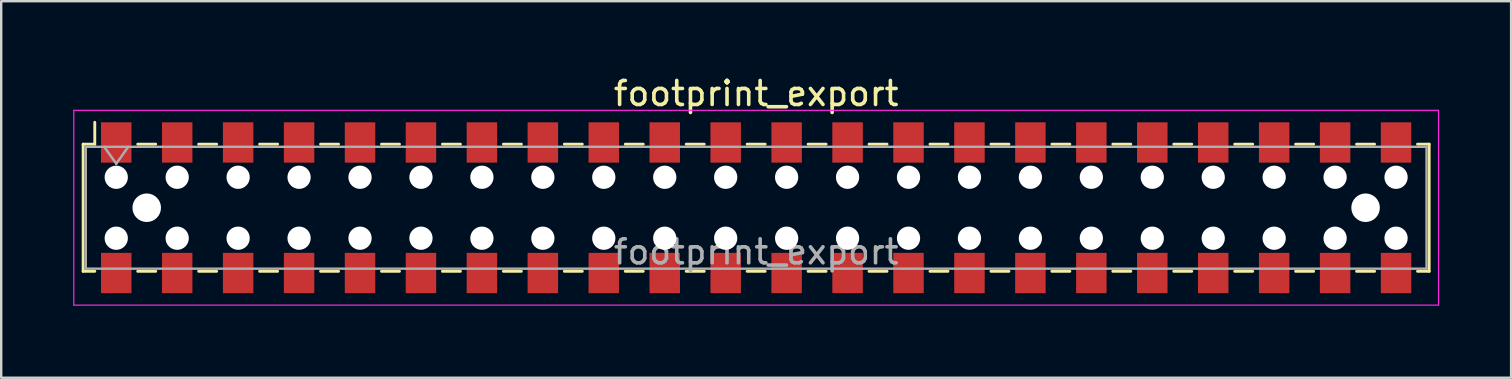
<source format=kicad_pcb>
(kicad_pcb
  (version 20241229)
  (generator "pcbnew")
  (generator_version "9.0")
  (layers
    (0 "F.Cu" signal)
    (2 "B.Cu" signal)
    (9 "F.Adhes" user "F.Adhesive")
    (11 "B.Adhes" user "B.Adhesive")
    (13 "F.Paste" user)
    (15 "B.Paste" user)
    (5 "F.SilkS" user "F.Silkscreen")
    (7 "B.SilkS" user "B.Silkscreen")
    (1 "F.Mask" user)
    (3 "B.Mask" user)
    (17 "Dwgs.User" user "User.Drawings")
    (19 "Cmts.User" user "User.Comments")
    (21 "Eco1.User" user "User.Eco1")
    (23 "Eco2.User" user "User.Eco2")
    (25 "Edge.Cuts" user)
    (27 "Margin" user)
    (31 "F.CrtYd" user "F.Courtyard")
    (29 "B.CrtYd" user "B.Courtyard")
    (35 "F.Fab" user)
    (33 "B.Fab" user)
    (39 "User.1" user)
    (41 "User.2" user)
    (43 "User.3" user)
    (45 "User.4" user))
  (footprint "footprint_export"
    (layer "F.Cu")
    (at 28.465 5.608)
    (property "Reference" "footprint_export" (at 0 -4.76 0) (layer "F.SilkS") (effects (font (size 1 1) (thickness 0.15))))
    (attr smd)
    (fp_line (start -28.05 -2.65) (end -28.05 2.65) (stroke (width 0.12) (type solid)) (layer "F.SilkS"))
    (fp_line (start -28.05 2.65) (end -27.565 2.65) (stroke (width 0.12) (type solid)) (layer "F.SilkS"))
    (fp_line (start -27.565 -3.56) (end -27.565 -2.65) (stroke (width 0.12) (type solid)) (layer "F.SilkS"))
    (fp_line (start -27.565 -2.65) (end -28.05 -2.65) (stroke (width 0.12) (type solid)) (layer "F.SilkS"))
    (fp_line (start -25.775 -2.65) (end -25.025 -2.65) (stroke (width 0.12) (type solid)) (layer "F.SilkS"))
    (fp_line (start -25.775 2.65) (end -25.025 2.65) (stroke (width 0.12) (type solid)) (layer "F.SilkS"))
    (fp_line (start -23.235 -2.65) (end -22.485 -2.65) (stroke (width 0.12) (type solid)) (layer "F.SilkS"))
    (fp_line (start -23.235 2.65) (end -22.485 2.65) (stroke (width 0.12) (type solid)) (layer "F.SilkS"))
    (fp_line (start -20.695 -2.65) (end -19.945 -2.65) (stroke (width 0.12) (type solid)) (layer "F.SilkS"))
    (fp_line (start -20.695 2.65) (end -19.945 2.65) (stroke (width 0.12) (type solid)) (layer "F.SilkS"))
    (fp_line (start -18.155 -2.65) (end -17.405 -2.65) (stroke (width 0.12) (type solid)) (layer "F.SilkS"))
    (fp_line (start -18.155 2.65) (end -17.405 2.65) (stroke (width 0.12) (type solid)) (layer "F.SilkS"))
    (fp_line (start -15.615 -2.65) (end -14.865 -2.65) (stroke (width 0.12) (type solid)) (layer "F.SilkS"))
    (fp_line (start -15.615 2.65) (end -14.865 2.65) (stroke (width 0.12) (type solid)) (layer "F.SilkS"))
    (fp_line (start -13.075 -2.65) (end -12.325 -2.65) (stroke (width 0.12) (type solid)) (layer "F.SilkS"))
    (fp_line (start -13.075 2.65) (end -12.325 2.65) (stroke (width 0.12) (type solid)) (layer "F.SilkS"))
    (fp_line (start -10.535 -2.65) (end -9.785 -2.65) (stroke (width 0.12) (type solid)) (layer "F.SilkS"))
    (fp_line (start -10.535 2.65) (end -9.785 2.65) (stroke (width 0.12) (type solid)) (layer "F.SilkS"))
    (fp_line (start -7.995 -2.65) (end -7.245 -2.65) (stroke (width 0.12) (type solid)) (layer "F.SilkS"))
    (fp_line (start -7.995 2.65) (end -7.245 2.65) (stroke (width 0.12) (type solid)) (layer "F.SilkS"))
    (fp_line (start -5.455 -2.65) (end -4.705 -2.65) (stroke (width 0.12) (type solid)) (layer "F.SilkS"))
    (fp_line (start -5.455 2.65) (end -4.705 2.65) (stroke (width 0.12) (type solid)) (layer "F.SilkS"))
    (fp_line (start -2.915 -2.65) (end -2.165 -2.65) (stroke (width 0.12) (type solid)) (layer "F.SilkS"))
    (fp_line (start -2.915 2.65) (end -2.165 2.65) (stroke (width 0.12) (type solid)) (layer "F.SilkS"))
    (fp_line (start -0.375 -2.65) (end 0.375 -2.65) (stroke (width 0.12) (type solid)) (layer "F.SilkS"))
    (fp_line (start -0.375 2.65) (end 0.375 2.65) (stroke (width 0.12) (type solid)) (layer "F.SilkS"))
    (fp_line (start 2.165 -2.65) (end 2.915 -2.65) (stroke (width 0.12) (type solid)) (layer "F.SilkS"))
    (fp_line (start 2.165 2.65) (end 2.915 2.65) (stroke (width 0.12) (type solid)) (layer "F.SilkS"))
    (fp_line (start 4.705 -2.65) (end 5.455 -2.65) (stroke (width 0.12) (type solid)) (layer "F.SilkS"))
    (fp_line (start 4.705 2.65) (end 5.455 2.65) (stroke (width 0.12) (type solid)) (layer "F.SilkS"))
    (fp_line (start 7.245 -2.65) (end 7.995 -2.65) (stroke (width 0.12) (type solid)) (layer "F.SilkS"))
    (fp_line (start 7.245 2.65) (end 7.995 2.65) (stroke (width 0.12) (type solid)) (layer "F.SilkS"))
    (fp_line (start 9.785 -2.65) (end 10.535 -2.65) (stroke (width 0.12) (type solid)) (layer "F.SilkS"))
    (fp_line (start 9.785 2.65) (end 10.535 2.65) (stroke (width 0.12) (type solid)) (layer "F.SilkS"))
    (fp_line (start 12.325 -2.65) (end 13.075 -2.65) (stroke (width 0.12) (type solid)) (layer "F.SilkS"))
    (fp_line (start 12.325 2.65) (end 13.075 2.65) (stroke (width 0.12) (type solid)) (layer "F.SilkS"))
    (fp_line (start 14.865 -2.65) (end 15.615 -2.65) (stroke (width 0.12) (type solid)) (layer "F.SilkS"))
    (fp_line (start 14.865 2.65) (end 15.615 2.65) (stroke (width 0.12) (type solid)) (layer "F.SilkS"))
    (fp_line (start 17.405 -2.65) (end 18.155 -2.65) (stroke (width 0.12) (type solid)) (layer "F.SilkS"))
    (fp_line (start 17.405 2.65) (end 18.155 2.65) (stroke (width 0.12) (type solid)) (layer "F.SilkS"))
    (fp_line (start 19.945 -2.65) (end 20.695 -2.65) (stroke (width 0.12) (type solid)) (layer "F.SilkS"))
    (fp_line (start 19.945 2.65) (end 20.695 2.65) (stroke (width 0.12) (type solid)) (layer "F.SilkS"))
    (fp_line (start 22.485 -2.65) (end 23.235 -2.65) (stroke (width 0.12) (type solid)) (layer "F.SilkS"))
    (fp_line (start 22.485 2.65) (end 23.235 2.65) (stroke (width 0.12) (type solid)) (layer "F.SilkS"))
    (fp_line (start 25.025 -2.65) (end 25.775 -2.65) (stroke (width 0.12) (type solid)) (layer "F.SilkS"))
    (fp_line (start 25.025 2.65) (end 25.775 2.65) (stroke (width 0.12) (type solid)) (layer "F.SilkS"))
    (fp_line (start 27.565 -2.65) (end 28.05 -2.65) (stroke (width 0.12) (type solid)) (layer "F.SilkS"))
    (fp_line (start 28.05 -2.65) (end 28.05 2.65) (stroke (width 0.12) (type solid)) (layer "F.SilkS"))
    (fp_line (start 28.05 2.65) (end 27.565 2.65) (stroke (width 0.12) (type solid)) (layer "F.SilkS"))
    (fp_line (start -28.44 -4.06) (end 28.44 -4.06) (stroke (width 0.05) (type solid)) (layer "F.CrtYd"))
    (fp_line (start -28.44 4.06) (end -28.44 -4.06) (stroke (width 0.05) (type solid)) (layer "F.CrtYd"))
    (fp_line (start 28.44 -4.06) (end 28.44 4.06) (stroke (width 0.05) (type solid)) (layer "F.CrtYd"))
    (fp_line (start 28.44 4.06) (end -28.44 4.06) (stroke (width 0.05) (type solid)) (layer "F.CrtYd"))
    (fp_line (start -27.94 -2.54) (end 27.94 -2.54) (stroke (width 0.1) (type solid)) (layer "F.Fab"))
    (fp_line (start -27.94 2.54) (end -27.94 -2.54) (stroke (width 0.1) (type solid)) (layer "F.Fab"))
    (fp_line (start -27.17 -2.54) (end -26.67 -1.833) (stroke (width 0.1) (type solid)) (layer "F.Fab"))
    (fp_line (start -26.67 -1.833) (end -26.17 -2.54) (stroke (width 0.1) (type solid)) (layer "F.Fab"))
    (fp_line (start 27.94 -2.54) (end 27.94 2.54) (stroke (width 0.1) (type solid)) (layer "F.Fab"))
    (fp_line (start 27.94 2.54) (end -27.94 2.54) (stroke (width 0.1) (type solid)) (layer "F.Fab"))
    (fp_text user "${REFERENCE}" (at 0 1.84 0) (layer "F.Fab") (effects (font (size 1 1) (thickness 0.15))))
    (pad "" np_thru_hole circle (at -26.67 -1.27) (size 0.97 0.97) (drill 0.97) (layers "*.Cu" "*.Mask"))
    (pad "" np_thru_hole circle (at -26.67 1.27) (size 0.97 0.97) (drill 0.97) (layers "*.Cu" "*.Mask"))
    (pad "" np_thru_hole circle (at -25.4 0) (size 1.19 1.19) (drill 1.19) (layers "*.Cu" "*.Mask"))
    (pad "" np_thru_hole circle (at -24.13 -1.27) (size 0.97 0.97) (drill 0.97) (layers "*.Cu" "*.Mask"))
    (pad "" np_thru_hole circle (at -24.13 1.27) (size 0.97 0.97) (drill 0.97) (layers "*.Cu" "*.Mask"))
    (pad "" np_thru_hole circle (at -21.59 -1.27) (size 0.97 0.97) (drill 0.97) (layers "*.Cu" "*.Mask"))
    (pad "" np_thru_hole circle (at -21.59 1.27) (size 0.97 0.97) (drill 0.97) (layers "*.Cu" "*.Mask"))
    (pad "" np_thru_hole circle (at -19.05 -1.27) (size 0.97 0.97) (drill 0.97) (layers "*.Cu" "*.Mask"))
    (pad "" np_thru_hole circle (at -19.05 1.27) (size 0.97 0.97) (drill 0.97) (layers "*.Cu" "*.Mask"))
    (pad "" np_thru_hole circle (at -16.51 -1.27) (size 0.97 0.97) (drill 0.97) (layers "*.Cu" "*.Mask"))
    (pad "" np_thru_hole circle (at -16.51 1.27) (size 0.97 0.97) (drill 0.97) (layers "*.Cu" "*.Mask"))
    (pad "" np_thru_hole circle (at -13.97 -1.27) (size 0.97 0.97) (drill 0.97) (layers "*.Cu" "*.Mask"))
    (pad "" np_thru_hole circle (at -13.97 1.27) (size 0.97 0.97) (drill 0.97) (layers "*.Cu" "*.Mask"))
    (pad "" np_thru_hole circle (at -11.43 -1.27) (size 0.97 0.97) (drill 0.97) (layers "*.Cu" "*.Mask"))
    (pad "" np_thru_hole circle (at -11.43 1.27) (size 0.97 0.97) (drill 0.97) (layers "*.Cu" "*.Mask"))
    (pad "" np_thru_hole circle (at -8.89 -1.27) (size 0.97 0.97) (drill 0.97) (layers "*.Cu" "*.Mask"))
    (pad "" np_thru_hole circle (at -8.89 1.27) (size 0.97 0.97) (drill 0.97) (layers "*.Cu" "*.Mask"))
    (pad "" np_thru_hole circle (at -6.35 -1.27) (size 0.97 0.97) (drill 0.97) (layers "*.Cu" "*.Mask"))
    (pad "" np_thru_hole circle (at -6.35 1.27) (size 0.97 0.97) (drill 0.97) (layers "*.Cu" "*.Mask"))
    (pad "" np_thru_hole circle (at -3.81 -1.27) (size 0.97 0.97) (drill 0.97) (layers "*.Cu" "*.Mask"))
    (pad "" np_thru_hole circle (at -3.81 1.27) (size 0.97 0.97) (drill 0.97) (layers "*.Cu" "*.Mask"))
    (pad "" np_thru_hole circle (at -1.27 -1.27) (size 0.97 0.97) (drill 0.97) (layers "*.Cu" "*.Mask"))
    (pad "" np_thru_hole circle (at -1.27 1.27) (size 0.97 0.97) (drill 0.97) (layers "*.Cu" "*.Mask"))
    (pad "" np_thru_hole circle (at 1.27 -1.27) (size 0.97 0.97) (drill 0.97) (layers "*.Cu" "*.Mask"))
    (pad "" np_thru_hole circle (at 1.27 1.27) (size 0.97 0.97) (drill 0.97) (layers "*.Cu" "*.Mask"))
    (pad "" np_thru_hole circle (at 3.81 -1.27) (size 0.97 0.97) (drill 0.97) (layers "*.Cu" "*.Mask"))
    (pad "" np_thru_hole circle (at 3.81 1.27) (size 0.97 0.97) (drill 0.97) (layers "*.Cu" "*.Mask"))
    (pad "" np_thru_hole circle (at 6.35 -1.27) (size 0.97 0.97) (drill 0.97) (layers "*.Cu" "*.Mask"))
    (pad "" np_thru_hole circle (at 6.35 1.27) (size 0.97 0.97) (drill 0.97) (layers "*.Cu" "*.Mask"))
    (pad "" np_thru_hole circle (at 8.89 -1.27) (size 0.97 0.97) (drill 0.97) (layers "*.Cu" "*.Mask"))
    (pad "" np_thru_hole circle (at 8.89 1.27) (size 0.97 0.97) (drill 0.97) (layers "*.Cu" "*.Mask"))
    (pad "" np_thru_hole circle (at 11.43 -1.27) (size 0.97 0.97) (drill 0.97) (layers "*.Cu" "*.Mask"))
    (pad "" np_thru_hole circle (at 11.43 1.27) (size 0.97 0.97) (drill 0.97) (layers "*.Cu" "*.Mask"))
    (pad "" np_thru_hole circle (at 13.97 -1.27) (size 0.97 0.97) (drill 0.97) (layers "*.Cu" "*.Mask"))
    (pad "" np_thru_hole circle (at 13.97 1.27) (size 0.97 0.97) (drill 0.97) (layers "*.Cu" "*.Mask"))
    (pad "" np_thru_hole circle (at 16.51 -1.27) (size 0.97 0.97) (drill 0.97) (layers "*.Cu" "*.Mask"))
    (pad "" np_thru_hole circle (at 16.51 1.27) (size 0.97 0.97) (drill 0.97) (layers "*.Cu" "*.Mask"))
    (pad "" np_thru_hole circle (at 19.05 -1.27) (size 0.97 0.97) (drill 0.97) (layers "*.Cu" "*.Mask"))
    (pad "" np_thru_hole circle (at 19.05 1.27) (size 0.97 0.97) (drill 0.97) (layers "*.Cu" "*.Mask"))
    (pad "" np_thru_hole circle (at 21.59 -1.27) (size 0.97 0.97) (drill 0.97) (layers "*.Cu" "*.Mask"))
    (pad "" np_thru_hole circle (at 21.59 1.27) (size 0.97 0.97) (drill 0.97) (layers "*.Cu" "*.Mask"))
    (pad "" np_thru_hole circle (at 24.13 -1.27) (size 0.97 0.97) (drill 0.97) (layers "*.Cu" "*.Mask"))
    (pad "" np_thru_hole circle (at 24.13 1.27) (size 0.97 0.97) (drill 0.97) (layers "*.Cu" "*.Mask"))
    (pad "" np_thru_hole circle (at 25.4 0) (size 1.19 1.19) (drill 1.19) (layers "*.Cu" "*.Mask"))
    (pad "" np_thru_hole circle (at 26.67 -1.27) (size 0.97 0.97) (drill 0.97) (layers "*.Cu" "*.Mask"))
    (pad "" np_thru_hole circle (at 26.67 1.27) (size 0.97 0.97) (drill 0.97) (layers "*.Cu" "*.Mask"))
    (pad "1" smd rect (at -26.67 -2.72) (size 1.27 1.68) (layers "F.Cu" "F.Mask" "F.Paste"))
    (pad "2" smd rect (at -26.67 2.72) (size 1.27 1.68) (layers "F.Cu" "F.Mask" "F.Paste"))
    (pad "3" smd rect (at -24.13 -2.72) (size 1.27 1.68) (layers "F.Cu" "F.Mask" "F.Paste"))
    (pad "4" smd rect (at -24.13 2.72) (size 1.27 1.68) (layers "F.Cu" "F.Mask" "F.Paste"))
    (pad "5" smd rect (at -21.59 -2.72) (size 1.27 1.68) (layers "F.Cu" "F.Mask" "F.Paste"))
    (pad "6" smd rect (at -21.59 2.72) (size 1.27 1.68) (layers "F.Cu" "F.Mask" "F.Paste"))
    (pad "7" smd rect (at -19.05 -2.72) (size 1.27 1.68) (layers "F.Cu" "F.Mask" "F.Paste"))
    (pad "8" smd rect (at -19.05 2.72) (size 1.27 1.68) (layers "F.Cu" "F.Mask" "F.Paste"))
    (pad "9" smd rect (at -16.51 -2.72) (size 1.27 1.68) (layers "F.Cu" "F.Mask" "F.Paste"))
    (pad "10" smd rect (at -16.51 2.72) (size 1.27 1.68) (layers "F.Cu" "F.Mask" "F.Paste"))
    (pad "11" smd rect (at -13.97 -2.72) (size 1.27 1.68) (layers "F.Cu" "F.Mask" "F.Paste"))
    (pad "12" smd rect (at -13.97 2.72) (size 1.27 1.68) (layers "F.Cu" "F.Mask" "F.Paste"))
    (pad "13" smd rect (at -11.43 -2.72) (size 1.27 1.68) (layers "F.Cu" "F.Mask" "F.Paste"))
    (pad "14" smd rect (at -11.43 2.72) (size 1.27 1.68) (layers "F.Cu" "F.Mask" "F.Paste"))
    (pad "15" smd rect (at -8.89 -2.72) (size 1.27 1.68) (layers "F.Cu" "F.Mask" "F.Paste"))
    (pad "16" smd rect (at -8.89 2.72) (size 1.27 1.68) (layers "F.Cu" "F.Mask" "F.Paste"))
    (pad "17" smd rect (at -6.35 -2.72) (size 1.27 1.68) (layers "F.Cu" "F.Mask" "F.Paste"))
    (pad "18" smd rect (at -6.35 2.72) (size 1.27 1.68) (layers "F.Cu" "F.Mask" "F.Paste"))
    (pad "19" smd rect (at -3.81 -2.72) (size 1.27 1.68) (layers "F.Cu" "F.Mask" "F.Paste"))
    (pad "20" smd rect (at -3.81 2.72) (size 1.27 1.68) (layers "F.Cu" "F.Mask" "F.Paste"))
    (pad "21" smd rect (at -1.27 -2.72) (size 1.27 1.68) (layers "F.Cu" "F.Mask" "F.Paste"))
    (pad "22" smd rect (at -1.27 2.72) (size 1.27 1.68) (layers "F.Cu" "F.Mask" "F.Paste"))
    (pad "23" smd rect (at 1.27 -2.72) (size 1.27 1.68) (layers "F.Cu" "F.Mask" "F.Paste"))
    (pad "24" smd rect (at 1.27 2.72) (size 1.27 1.68) (layers "F.Cu" "F.Mask" "F.Paste"))
    (pad "25" smd rect (at 3.81 -2.72) (size 1.27 1.68) (layers "F.Cu" "F.Mask" "F.Paste"))
    (pad "26" smd rect (at 3.81 2.72) (size 1.27 1.68) (layers "F.Cu" "F.Mask" "F.Paste"))
    (pad "27" smd rect (at 6.35 -2.72) (size 1.27 1.68) (layers "F.Cu" "F.Mask" "F.Paste"))
    (pad "28" smd rect (at 6.35 2.72) (size 1.27 1.68) (layers "F.Cu" "F.Mask" "F.Paste"))
    (pad "29" smd rect (at 8.89 -2.72) (size 1.27 1.68) (layers "F.Cu" "F.Mask" "F.Paste"))
    (pad "30" smd rect (at 8.89 2.72) (size 1.27 1.68) (layers "F.Cu" "F.Mask" "F.Paste"))
    (pad "31" smd rect (at 11.43 -2.72) (size 1.27 1.68) (layers "F.Cu" "F.Mask" "F.Paste"))
    (pad "32" smd rect (at 11.43 2.72) (size 1.27 1.68) (layers "F.Cu" "F.Mask" "F.Paste"))
    (pad "33" smd rect (at 13.97 -2.72) (size 1.27 1.68) (layers "F.Cu" "F.Mask" "F.Paste"))
    (pad "34" smd rect (at 13.97 2.72) (size 1.27 1.68) (layers "F.Cu" "F.Mask" "F.Paste"))
    (pad "35" smd rect (at 16.51 -2.72) (size 1.27 1.68) (layers "F.Cu" "F.Mask" "F.Paste"))
    (pad "36" smd rect (at 16.51 2.72) (size 1.27 1.68) (layers "F.Cu" "F.Mask" "F.Paste"))
    (pad "37" smd rect (at 19.05 -2.72) (size 1.27 1.68) (layers "F.Cu" "F.Mask" "F.Paste"))
    (pad "38" smd rect (at 19.05 2.72) (size 1.27 1.68) (layers "F.Cu" "F.Mask" "F.Paste"))
    (pad "39" smd rect (at 21.59 -2.72) (size 1.27 1.68) (layers "F.Cu" "F.Mask" "F.Paste"))
    (pad "40" smd rect (at 21.59 2.72) (size 1.27 1.68) (layers "F.Cu" "F.Mask" "F.Paste"))
    (pad "41" smd rect (at 24.13 -2.72) (size 1.27 1.68) (layers "F.Cu" "F.Mask" "F.Paste"))
    (pad "42" smd rect (at 24.13 2.72) (size 1.27 1.68) (layers "F.Cu" "F.Mask" "F.Paste"))
    (pad "43" smd rect (at 26.67 -2.72) (size 1.27 1.68) (layers "F.Cu" "F.Mask" "F.Paste"))
    (pad "44" smd rect (at 26.67 2.72) (size 1.27 1.68) (layers "F.Cu" "F.Mask" "F.Paste")))
  (gr_rect
    (start -3 -3)
    (end 59.93 12.693)
    (stroke (width 0.1) (type default))
    (fill no)
    (layer "Edge.Cuts")))
</source>
